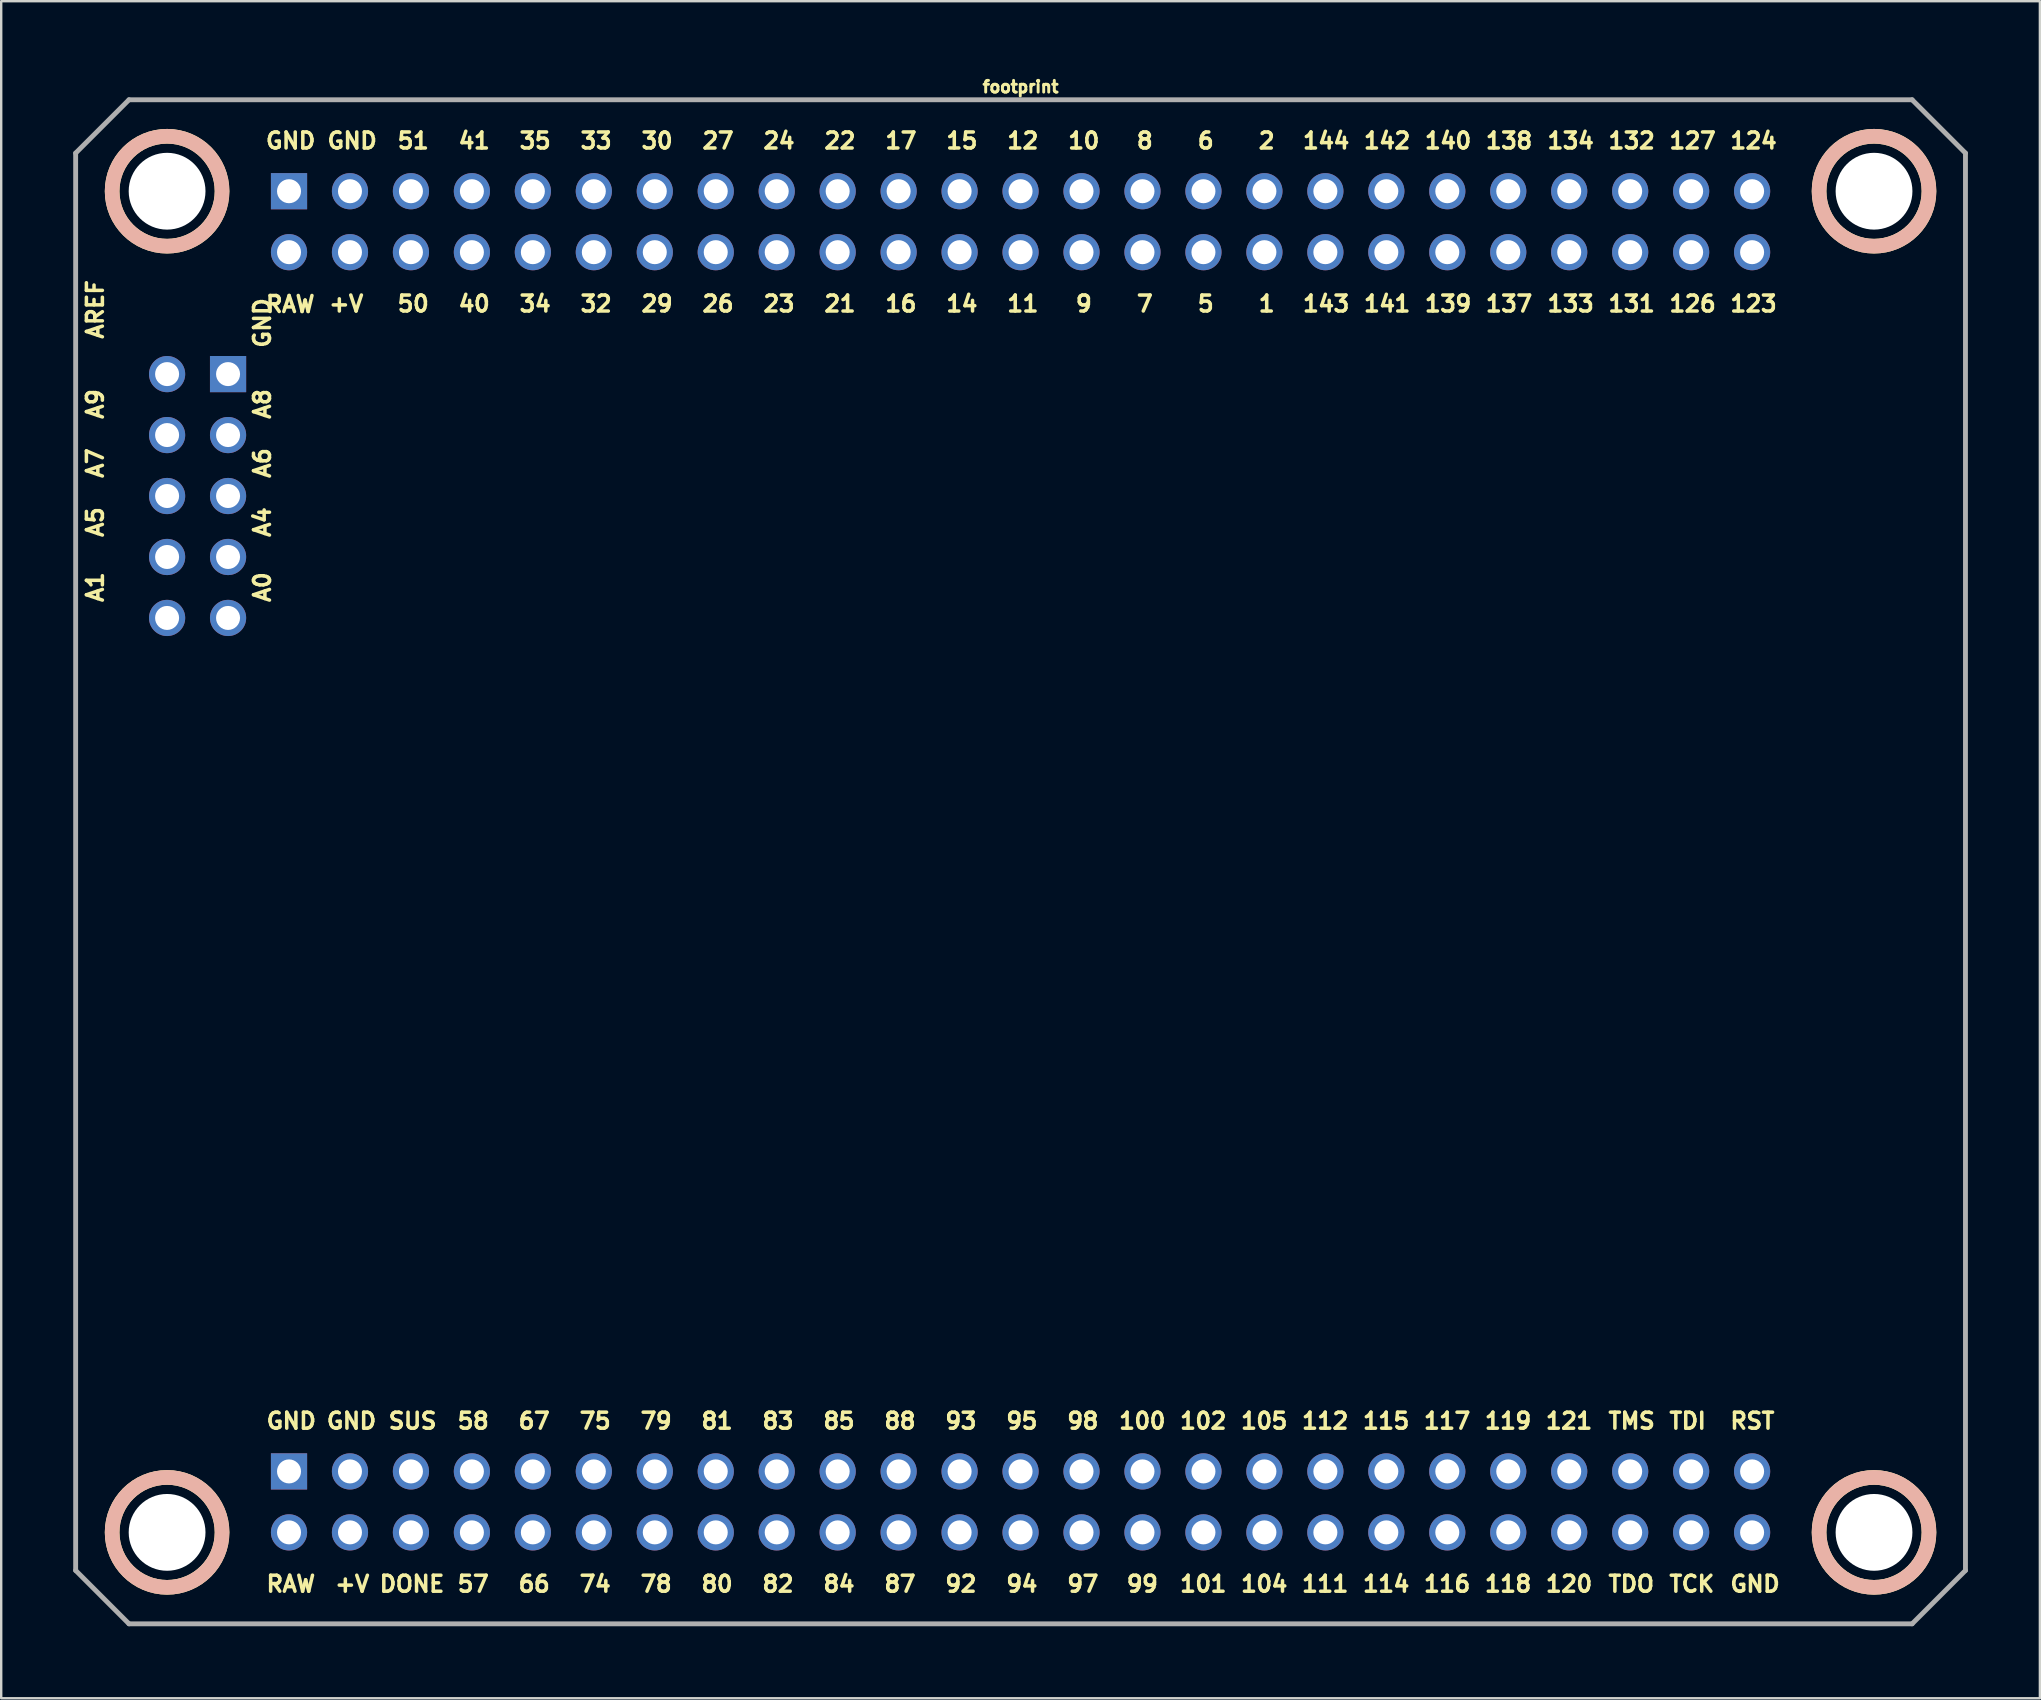
<source format=kicad_pcb>
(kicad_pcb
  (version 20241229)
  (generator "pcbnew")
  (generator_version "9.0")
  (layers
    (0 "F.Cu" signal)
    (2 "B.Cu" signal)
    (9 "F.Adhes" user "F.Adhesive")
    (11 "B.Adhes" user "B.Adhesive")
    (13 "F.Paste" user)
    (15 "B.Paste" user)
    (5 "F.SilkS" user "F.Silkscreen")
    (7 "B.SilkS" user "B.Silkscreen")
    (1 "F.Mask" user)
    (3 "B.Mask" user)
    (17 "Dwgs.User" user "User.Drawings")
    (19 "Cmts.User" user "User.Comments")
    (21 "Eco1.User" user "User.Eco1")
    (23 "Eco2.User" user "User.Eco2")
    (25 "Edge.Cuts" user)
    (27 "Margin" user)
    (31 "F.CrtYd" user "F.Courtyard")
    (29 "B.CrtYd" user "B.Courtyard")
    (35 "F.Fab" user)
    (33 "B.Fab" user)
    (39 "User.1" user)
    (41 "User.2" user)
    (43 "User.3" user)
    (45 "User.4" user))
  (footprint "footprint"
    (layer "F.Cu")
    (at 39.472 31.587)
    (property "Reference" "footprint" (at 0 -30.734 0) (layer "F.SilkS") (effects (font (size 0.488 0.488) (thickness 0.122)) (justify bottom)))
    (fp_circle (center -35.56 -26.67) (end -33.27 -26.67) (stroke (width 0.61) (type solid)) (fill no) (layer "F.SilkS"))
    (fp_circle (center -35.56 29.21) (end -33.27 29.21) (stroke (width 0.61) (type solid)) (fill no) (layer "F.SilkS"))
    (fp_circle (center 35.56 -26.67) (end 37.85 -26.67) (stroke (width 0.61) (type solid)) (fill no) (layer "F.SilkS"))
    (fp_circle (center 35.56 29.21) (end 37.85 29.21) (stroke (width 0.61) (type solid)) (fill no) (layer "F.SilkS"))
    (fp_circle (center -35.56 -26.67) (end -33.27 -26.67) (stroke (width 0.61) (type solid)) (fill no) (layer "B.SilkS"))
    (fp_circle (center -35.56 29.21) (end -33.27 29.21) (stroke (width 0.61) (type solid)) (fill no) (layer "B.SilkS"))
    (fp_circle (center 35.56 -26.67) (end 37.85 -26.67) (stroke (width 0.61) (type solid)) (fill no) (layer "B.SilkS"))
    (fp_circle (center 35.56 29.21) (end 37.85 29.21) (stroke (width 0.61) (type solid)) (fill no) (layer "B.SilkS"))
    (fp_line (start -39.37 -28.258) (end -39.37 30.797) (stroke (width 0.203) (type solid)) (layer "F.Fab"))
    (fp_line (start -39.37 30.797) (end -37.148 33.02) (stroke (width 0.203) (type solid)) (layer "F.Fab"))
    (fp_line (start -37.148 -30.48) (end -39.37 -28.258) (stroke (width 0.203) (type solid)) (layer "F.Fab"))
    (fp_line (start -37.148 33.02) (end 37.148 33.02) (stroke (width 0.203) (type solid)) (layer "F.Fab"))
    (fp_line (start 37.148 -30.48) (end -37.148 -30.48) (stroke (width 0.203) (type solid)) (layer "F.Fab"))
    (fp_line (start 37.148 33.02) (end 39.37 30.797) (stroke (width 0.203) (type solid)) (layer "F.Fab"))
    (fp_line (start 39.37 -28.258) (end 37.148 -30.48) (stroke (width 0.203) (type solid)) (layer "F.Fab"))
    (fp_line (start 39.37 30.797) (end 39.37 -28.258) (stroke (width 0.203) (type solid)) (layer "F.Fab"))
    (fp_text user "40" (at -23.495 -21.59 0) (layer "F.SilkS") (effects (font (size 0.666 0.666) (thickness 0.146)) (justify left bottom)))
    (fp_text user "A7" (at -38.167 -14.645 270) (layer "F.SilkS") (effects (font (size 0.666 0.666) (thickness 0.146)) (justify left bottom)))
    (fp_text user "+V" (at -28.642 31.75 0) (layer "F.SilkS") (effects (font (size 0.666 0.666) (thickness 0.146)) (justify left bottom)))
    (fp_text user "+V" (at -28.892 -21.59 0) (layer "F.SilkS") (effects (font (size 0.666 0.666) (thickness 0.146)) (justify left bottom)))
    (fp_text user "137" (at 19.305 -21.59 0) (layer "F.SilkS") (effects (font (size 0.666 0.666) (thickness 0.146)) (justify left bottom)))
    (fp_text user "5" (at 7.303 -21.59 0) (layer "F.SilkS") (effects (font (size 0.666 0.666) (thickness 0.146)) (justify left bottom)))
    (fp_text user "22" (at -8.255 -28.383 0) (layer "F.SilkS") (effects (font (size 0.666 0.666) (thickness 0.146)) (justify left bottom)))
    (fp_text user "33" (at -18.415 -28.383 0) (layer "F.SilkS") (effects (font (size 0.666 0.666) (thickness 0.146)) (justify left bottom)))
    (fp_text user "81" (at -13.375 24.957 0) (layer "F.SilkS") (effects (font (size 0.666 0.666) (thickness 0.146)) (justify left bottom)))
    (fp_text user "102" (at 6.565 24.957 0) (layer "F.SilkS") (effects (font (size 0.666 0.666) (thickness 0.146)) (justify left bottom)))
    (fp_text user "A1" (at -38.167 -9.475 270) (layer "F.SilkS") (effects (font (size 0.666 0.666) (thickness 0.146)) (justify left bottom)))
    (fp_text user "A6" (at -31.205 -14.645 270) (layer "F.SilkS") (effects (font (size 0.666 0.666) (thickness 0.146)) (justify left bottom)))
    (fp_text user "95" (at -0.675 24.957 0) (layer "F.SilkS") (effects (font (size 0.666 0.666) (thickness 0.146)) (justify left bottom)))
    (fp_text user "83" (at -10.835 24.957 0) (layer "F.SilkS") (effects (font (size 0.666 0.666) (thickness 0.146)) (justify left bottom)))
    (fp_text user "17" (at -5.715 -28.383 0) (layer "F.SilkS") (effects (font (size 0.666 0.666) (thickness 0.146)) (justify left bottom)))
    (fp_text user "114" (at 14.185 31.75 0) (layer "F.SilkS") (effects (font (size 0.666 0.666) (thickness 0.146)) (justify left bottom)))
    (fp_text user "29" (at -15.875 -21.59 0) (layer "F.SilkS") (effects (font (size 0.666 0.666) (thickness 0.146)) (justify left bottom)))
    (fp_text user "15" (at -3.175 -28.383 0) (layer "F.SilkS") (effects (font (size 0.666 0.666) (thickness 0.146)) (justify left bottom)))
    (fp_text user "67" (at -20.995 24.957 0) (layer "F.SilkS") (effects (font (size 0.666 0.666) (thickness 0.146)) (justify left bottom)))
    (fp_text user "116" (at 16.725 31.75 0) (layer "F.SilkS") (effects (font (size 0.666 0.666) (thickness 0.146)) (justify left bottom)))
    (fp_text user "32" (at -18.415 -21.59 0) (layer "F.SilkS") (effects (font (size 0.666 0.666) (thickness 0.146)) (justify left bottom)))
    (fp_text user "139" (at 16.765 -21.59 0) (layer "F.SilkS") (effects (font (size 0.666 0.666) (thickness 0.146)) (justify left bottom)))
    (fp_text user "85" (at -8.295 24.957 0) (layer "F.SilkS") (effects (font (size 0.666 0.666) (thickness 0.146)) (justify left bottom)))
    (fp_text user "104" (at 9.105 31.75 0) (layer "F.SilkS") (effects (font (size 0.666 0.666) (thickness 0.146)) (justify left bottom)))
    (fp_text user "GND" (at -28.988 24.957 0) (layer "F.SilkS") (effects (font (size 0.666 0.666) (thickness 0.146)) (justify left bottom)))
    (fp_text user "140" (at 16.765 -28.383 0) (layer "F.SilkS") (effects (font (size 0.666 0.666) (thickness 0.146)) (justify left bottom)))
    (fp_text user "74" (at -18.455 31.75 0) (layer "F.SilkS") (effects (font (size 0.666 0.666) (thickness 0.146)) (justify left bottom)))
    (fp_text user "134" (at 21.872 -28.383 0) (layer "F.SilkS") (effects (font (size 0.666 0.666) (thickness 0.146)) (justify left bottom)))
    (fp_text user "TMS" (at 24.413 24.957 0) (layer "F.SilkS") (effects (font (size 0.666 0.666) (thickness 0.146)) (justify left bottom)))
    (fp_text user "121" (at 21.805 24.957 0) (layer "F.SilkS") (effects (font (size 0.666 0.666) (thickness 0.146)) (justify left bottom)))
    (fp_text user "111" (at 11.645 31.75 0) (layer "F.SilkS") (effects (font (size 0.666 0.666) (thickness 0.146)) (justify left bottom)))
    (fp_text user "82" (at -10.835 31.75 0) (layer "F.SilkS") (effects (font (size 0.666 0.666) (thickness 0.146)) (justify left bottom)))
    (fp_text user "DONE" (at -26.785 31.75 0) (layer "F.SilkS") (effects (font (size 0.666 0.666) (thickness 0.146)) (justify left bottom)))
    (fp_text user "12" (at -0.635 -28.383 0) (layer "F.SilkS") (effects (font (size 0.666 0.666) (thickness 0.146)) (justify left bottom)))
    (fp_text user "93" (at -3.215 24.957 0) (layer "F.SilkS") (effects (font (size 0.666 0.666) (thickness 0.146)) (justify left bottom)))
    (fp_text user "142" (at 14.225 -28.383 0) (layer "F.SilkS") (effects (font (size 0.666 0.666) (thickness 0.146)) (justify left bottom)))
    (fp_text user "7" (at 4.763 -21.59 0) (layer "F.SilkS") (effects (font (size 0.666 0.666) (thickness 0.146)) (justify left bottom)))
    (fp_text user "50" (at -26.035 -21.59 0) (layer "F.SilkS") (effects (font (size 0.666 0.666) (thickness 0.146)) (justify left bottom)))
    (fp_text user "GND" (at -31.523 -28.383 0) (layer "F.SilkS") (effects (font (size 0.666 0.666) (thickness 0.146)) (justify left bottom)))
    (fp_text user "98" (at 1.865 24.957 0) (layer "F.SilkS") (effects (font (size 0.666 0.666) (thickness 0.146)) (justify left bottom)))
    (fp_text user "143" (at 11.685 -21.59 0) (layer "F.SilkS") (effects (font (size 0.666 0.666) (thickness 0.146)) (justify left bottom)))
    (fp_text user "GND" (at -31.205 -20.07 270) (layer "F.SilkS") (effects (font (size 0.666 0.666) (thickness 0.146)) (justify left bottom)))
    (fp_text user "1" (at 9.842 -21.59 0) (layer "F.SilkS") (effects (font (size 0.666 0.666) (thickness 0.146)) (justify left bottom)))
    (fp_text user "24" (at -10.795 -28.383 0) (layer "F.SilkS") (effects (font (size 0.666 0.666) (thickness 0.146)) (justify left bottom)))
    (fp_text user "6" (at 7.303 -28.383 0) (layer "F.SilkS") (effects (font (size 0.666 0.666) (thickness 0.146)) (justify left bottom)))
    (fp_text user "132" (at 24.413 -28.383 0) (layer "F.SilkS") (effects (font (size 0.666 0.666) (thickness 0.146)) (justify left bottom)))
    (fp_text user "124" (at 29.492 -28.383 0) (layer "F.SilkS") (effects (font (size 0.666 0.666) (thickness 0.146)) (justify left bottom)))
    (fp_text user "133" (at 21.872 -21.59 0) (layer "F.SilkS") (effects (font (size 0.666 0.666) (thickness 0.146)) (justify left bottom)))
    (fp_text user "80" (at -13.375 31.75 0) (layer "F.SilkS") (effects (font (size 0.666 0.666) (thickness 0.146)) (justify left bottom)))
    (fp_text user "112" (at 11.645 24.957 0) (layer "F.SilkS") (effects (font (size 0.666 0.666) (thickness 0.146)) (justify left bottom)))
    (fp_text user "34" (at -20.955 -21.59 0) (layer "F.SilkS") (effects (font (size 0.666 0.666) (thickness 0.146)) (justify left bottom)))
    (fp_text user "117" (at 16.725 24.957 0) (layer "F.SilkS") (effects (font (size 0.666 0.666) (thickness 0.146)) (justify left bottom)))
    (fp_text user "35" (at -20.955 -28.383 0) (layer "F.SilkS") (effects (font (size 0.666 0.666) (thickness 0.146)) (justify left bottom)))
    (fp_text user "RAW" (at -31.523 -21.57 0) (layer "F.SilkS") (effects (font (size 0.666 0.666) (thickness 0.146)) (justify left bottom)))
    (fp_text user "21" (at -8.255 -21.59 0) (layer "F.SilkS") (effects (font (size 0.666 0.666) (thickness 0.146)) (justify left bottom)))
    (fp_text user "30" (at -15.875 -28.383 0) (layer "F.SilkS") (effects (font (size 0.666 0.666) (thickness 0.146)) (justify left bottom)))
    (fp_text user "115" (at 14.185 24.957 0) (layer "F.SilkS") (effects (font (size 0.666 0.666) (thickness 0.146)) (justify left bottom)))
    (fp_text user "RST" (at 29.492 24.957 0) (layer "F.SilkS") (effects (font (size 0.666 0.666) (thickness 0.146)) (justify left bottom)))
    (fp_text user "92" (at -3.215 31.75 0) (layer "F.SilkS") (effects (font (size 0.666 0.666) (thickness 0.146)) (justify left bottom)))
    (fp_text user "2" (at 9.842 -28.383 0) (layer "F.SilkS") (effects (font (size 0.666 0.666) (thickness 0.146)) (justify left bottom)))
    (fp_text user "100" (at 4.025 24.957 0) (layer "F.SilkS") (effects (font (size 0.666 0.666) (thickness 0.146)) (justify left bottom)))
    (fp_text user "8" (at 4.763 -28.383 0) (layer "F.SilkS") (effects (font (size 0.666 0.666) (thickness 0.146)) (justify left bottom)))
    (fp_text user "TDI" (at 26.953 24.957 0) (layer "F.SilkS") (effects (font (size 0.666 0.666) (thickness 0.146)) (justify left bottom)))
    (fp_text user "14" (at -3.175 -21.59 0) (layer "F.SilkS") (effects (font (size 0.666 0.666) (thickness 0.146)) (justify left bottom)))
    (fp_text user "TDO" (at 24.413 31.75 0) (layer "F.SilkS") (effects (font (size 0.666 0.666) (thickness 0.146)) (justify left bottom)))
    (fp_text user "84" (at -8.295 31.75 0) (layer "F.SilkS") (effects (font (size 0.666 0.666) (thickness 0.146)) (justify left bottom)))
    (fp_text user "26" (at -13.335 -21.59 0) (layer "F.SilkS") (effects (font (size 0.666 0.666) (thickness 0.146)) (justify left bottom)))
    (fp_text user "27" (at -13.335 -28.383 0) (layer "F.SilkS") (effects (font (size 0.666 0.666) (thickness 0.146)) (justify left bottom)))
    (fp_text user "101" (at 6.565 31.75 0) (layer "F.SilkS") (effects (font (size 0.666 0.666) (thickness 0.146)) (justify left bottom)))
    (fp_text user "10" (at 1.905 -28.383 0) (layer "F.SilkS") (effects (font (size 0.666 0.666) (thickness 0.146)) (justify left bottom)))
    (fp_text user "94" (at -0.675 31.75 0) (layer "F.SilkS") (effects (font (size 0.666 0.666) (thickness 0.146)) (justify left bottom)))
    (fp_text user "99" (at 4.343 31.75 0) (layer "F.SilkS") (effects (font (size 0.666 0.666) (thickness 0.146)) (justify left bottom)))
    (fp_text user "57" (at -23.535 31.75 0) (layer "F.SilkS") (effects (font (size 0.666 0.666) (thickness 0.146)) (justify left bottom)))
    (fp_text user "41" (at -23.495 -28.383 0) (layer "F.SilkS") (effects (font (size 0.666 0.666) (thickness 0.146)) (justify left bottom)))
    (fp_text user "119" (at 19.265 24.957 0) (layer "F.SilkS") (effects (font (size 0.666 0.666) (thickness 0.146)) (justify left bottom)))
    (fp_text user "78" (at -15.915 31.75 0) (layer "F.SilkS") (effects (font (size 0.666 0.666) (thickness 0.146)) (justify left bottom)))
    (fp_text user "120" (at 21.805 31.75 0) (layer "F.SilkS") (effects (font (size 0.666 0.666) (thickness 0.146)) (justify left bottom)))
    (fp_text user "118" (at 19.265 31.75 0) (layer "F.SilkS") (effects (font (size 0.666 0.666) (thickness 0.146)) (justify left bottom)))
    (fp_text user "66" (at -20.995 31.75 0) (layer "F.SilkS") (effects (font (size 0.666 0.666) (thickness 0.146)) (justify left bottom)))
    (fp_text user "123" (at 29.492 -21.59 0) (layer "F.SilkS") (effects (font (size 0.666 0.666) (thickness 0.146)) (justify left bottom)))
    (fp_text user "23" (at -10.795 -21.59 0) (layer "F.SilkS") (effects (font (size 0.666 0.666) (thickness 0.146)) (justify left bottom)))
    (fp_text user "11" (at -0.635 -21.59 0) (layer "F.SilkS") (effects (font (size 0.666 0.666) (thickness 0.146)) (justify left bottom)))
    (fp_text user "A0" (at -31.205 -9.475 270) (layer "F.SilkS") (effects (font (size 0.666 0.666) (thickness 0.146)) (justify left bottom)))
    (fp_text user "138" (at 19.305 -28.383 0) (layer "F.SilkS") (effects (font (size 0.666 0.666) (thickness 0.146)) (justify left bottom)))
    (fp_text user "141" (at 14.225 -21.59 0) (layer "F.SilkS") (effects (font (size 0.666 0.666) (thickness 0.146)) (justify left bottom)))
    (fp_text user "SUS" (at -26.41 24.957 0) (layer "F.SilkS") (effects (font (size 0.666 0.666) (thickness 0.146)) (justify left bottom)))
    (fp_text user "A5" (at -38.167 -12.185 270) (layer "F.SilkS") (effects (font (size 0.666 0.666) (thickness 0.146)) (justify left bottom)))
    (fp_text user "131" (at 24.413 -21.59 0) (layer "F.SilkS") (effects (font (size 0.666 0.666) (thickness 0.146)) (justify left bottom)))
    (fp_text user "127" (at 26.953 -28.383 0) (layer "F.SilkS") (effects (font (size 0.666 0.666) (thickness 0.146)) (justify left bottom)))
    (fp_text user "144" (at 11.685 -28.383 0) (layer "F.SilkS") (effects (font (size 0.666 0.666) (thickness 0.146)) (justify left bottom)))
    (fp_text user "TCK" (at 26.953 31.75 0) (layer "F.SilkS") (effects (font (size 0.666 0.666) (thickness 0.146)) (justify left bottom)))
    (fp_text user "75" (at -18.455 24.957 0) (layer "F.SilkS") (effects (font (size 0.666 0.666) (thickness 0.146)) (justify left bottom)))
    (fp_text user "A8" (at -31.205 -17.105 270) (layer "F.SilkS") (effects (font (size 0.666 0.666) (thickness 0.146)) (justify left bottom)))
    (fp_text user "58" (at -23.535 24.957 0) (layer "F.SilkS") (effects (font (size 0.666 0.666) (thickness 0.146)) (justify left bottom)))
    (fp_text user "GND" (at 29.492 31.75 0) (layer "F.SilkS") (effects (font (size 0.666 0.666) (thickness 0.146)) (justify left bottom)))
    (fp_text user "GND" (at -31.496 24.957 0) (layer "F.SilkS") (effects (font (size 0.666 0.666) (thickness 0.146)) (justify left bottom)))
    (fp_text user "87" (at -5.755 31.75 0) (layer "F.SilkS") (effects (font (size 0.666 0.666) (thickness 0.146)) (justify left bottom)))
    (fp_text user "88" (at -5.755 24.957 0) (layer "F.SilkS") (effects (font (size 0.666 0.666) (thickness 0.146)) (justify left bottom)))
    (fp_text user "79" (at -15.915 24.957 0) (layer "F.SilkS") (effects (font (size 0.666 0.666) (thickness 0.146)) (justify left bottom)))
    (fp_text user "A9" (at -38.167 -17.105 270) (layer "F.SilkS") (effects (font (size 0.666 0.666) (thickness 0.146)) (justify left bottom)))
    (fp_text user "16" (at -5.715 -21.59 0) (layer "F.SilkS") (effects (font (size 0.666 0.666) (thickness 0.146)) (justify left bottom)))
    (fp_text user "105" (at 9.105 24.957 0) (layer "F.SilkS") (effects (font (size 0.666 0.666) (thickness 0.146)) (justify left bottom)))
    (fp_text user "A4" (at -31.205 -12.185 270) (layer "F.SilkS") (effects (font (size 0.666 0.666) (thickness 0.146)) (justify left bottom)))
    (fp_text user "RAW" (at -31.5 31.75 0) (layer "F.SilkS") (effects (font (size 0.666 0.666) (thickness 0.146)) (justify left bottom)))
    (fp_text user "97" (at 1.865 31.75 0) (layer "F.SilkS") (effects (font (size 0.666 0.666) (thickness 0.146)) (justify left bottom)))
    (fp_text user "AREF" (at -38.167 -20.445 270) (layer "F.SilkS") (effects (font (size 0.666 0.666) (thickness 0.146)) (justify left bottom)))
    (fp_text user "GND" (at -28.96 -28.383 0) (layer "F.SilkS") (effects (font (size 0.666 0.666) (thickness 0.146)) (justify left bottom)))
    (fp_text user "126" (at 26.953 -21.59 0) (layer "F.SilkS") (effects (font (size 0.666 0.666) (thickness 0.146)) (justify left bottom)))
    (fp_text user "9" (at 2.223 -21.59 0) (layer "F.SilkS") (effects (font (size 0.666 0.666) (thickness 0.146)) (justify left bottom)))
    (fp_text user "51" (at -26.035 -28.383 0) (layer "F.SilkS") (effects (font (size 0.666 0.666) (thickness 0.146)) (justify left bottom)))
    (pad "" np_thru_hole circle (at -35.56 -26.67) (size 3.2 3.2) (drill 3.2) (layers "*.Cu" "*.Mask"))
    (pad "" np_thru_hole circle (at -35.56 29.21) (size 3.2 3.2) (drill 3.2) (layers "*.Cu" "*.Mask"))
    (pad "" np_thru_hole circle (at 35.56 -26.67) (size 3.2 3.2) (drill 3.2) (layers "*.Cu" "*.Mask"))
    (pad "" np_thru_hole circle (at 35.56 29.21) (size 3.2 3.2) (drill 3.2) (layers "*.Cu" "*.Mask"))
    (pad "1" thru_hole circle (at 10.16 -24.13) (size 1.508 1.508) (drill 1) (layers "*.Cu" "*.Mask"))
    (pad "2" thru_hole circle (at 10.16 -26.67) (size 1.508 1.508) (drill 1) (layers "*.Cu" "*.Mask"))
    (pad "5" thru_hole circle (at 7.62 -24.13) (size 1.508 1.508) (drill 1) (layers "*.Cu" "*.Mask"))
    (pad "6" thru_hole circle (at 7.62 -26.67) (size 1.508 1.508) (drill 1) (layers "*.Cu" "*.Mask"))
    (pad "7" thru_hole circle (at 5.08 -24.13) (size 1.508 1.508) (drill 1) (layers "*.Cu" "*.Mask"))
    (pad "8" thru_hole circle (at 5.08 -26.67) (size 1.508 1.508) (drill 1) (layers "*.Cu" "*.Mask"))
    (pad "9" thru_hole circle (at 2.54 -24.13) (size 1.508 1.508) (drill 1) (layers "*.Cu" "*.Mask"))
    (pad "10" thru_hole circle (at 2.54 -26.67) (size 1.508 1.508) (drill 1) (layers "*.Cu" "*.Mask"))
    (pad "11" thru_hole circle (at 0 -24.13) (size 1.508 1.508) (drill 1) (layers "*.Cu" "*.Mask"))
    (pad "12" thru_hole circle (at 0 -26.67) (size 1.508 1.508) (drill 1) (layers "*.Cu" "*.Mask"))
    (pad "14" thru_hole circle (at -2.54 -24.13) (size 1.508 1.508) (drill 1) (layers "*.Cu" "*.Mask"))
    (pad "15" thru_hole circle (at -2.54 -26.67) (size 1.508 1.508) (drill 1) (layers "*.Cu" "*.Mask"))
    (pad "16" thru_hole circle (at -5.08 -24.13) (size 1.508 1.508) (drill 1) (layers "*.Cu" "*.Mask"))
    (pad "17" thru_hole circle (at -5.08 -26.67) (size 1.508 1.508) (drill 1) (layers "*.Cu" "*.Mask"))
    (pad "21" thru_hole circle (at -7.62 -24.13) (size 1.508 1.508) (drill 1) (layers "*.Cu" "*.Mask"))
    (pad "22" thru_hole circle (at -7.62 -26.67) (size 1.508 1.508) (drill 1) (layers "*.Cu" "*.Mask"))
    (pad "23" thru_hole circle (at -10.16 -24.13) (size 1.508 1.508) (drill 1) (layers "*.Cu" "*.Mask"))
    (pad "24" thru_hole circle (at -10.16 -26.67) (size 1.508 1.508) (drill 1) (layers "*.Cu" "*.Mask"))
    (pad "26" thru_hole circle (at -12.7 -24.13) (size 1.508 1.508) (drill 1) (layers "*.Cu" "*.Mask"))
    (pad "27" thru_hole circle (at -12.7 -26.67) (size 1.508 1.508) (drill 1) (layers "*.Cu" "*.Mask"))
    (pad "29" thru_hole circle (at -15.24 -24.13) (size 1.508 1.508) (drill 1) (layers "*.Cu" "*.Mask"))
    (pad "30" thru_hole circle (at -15.24 -26.67) (size 1.508 1.508) (drill 1) (layers "*.Cu" "*.Mask"))
    (pad "32" thru_hole circle (at -17.78 -24.13) (size 1.508 1.508) (drill 1) (layers "*.Cu" "*.Mask"))
    (pad "33" thru_hole circle (at -17.78 -26.67) (size 1.508 1.508) (drill 1) (layers "*.Cu" "*.Mask"))
    (pad "34" thru_hole circle (at -20.32 -24.13) (size 1.508 1.508) (drill 1) (layers "*.Cu" "*.Mask"))
    (pad "35" thru_hole circle (at -20.32 -26.67) (size 1.508 1.508) (drill 1) (layers "*.Cu" "*.Mask"))
    (pad "40" thru_hole circle (at -22.86 -24.13) (size 1.508 1.508) (drill 1) (layers "*.Cu" "*.Mask"))
    (pad "41" thru_hole circle (at -22.86 -26.67) (size 1.508 1.508) (drill 1) (layers "*.Cu" "*.Mask"))
    (pad "50" thru_hole circle (at -25.4 -24.13) (size 1.508 1.508) (drill 1) (layers "*.Cu" "*.Mask"))
    (pad "51" thru_hole circle (at -25.4 -26.67) (size 1.508 1.508) (drill 1) (layers "*.Cu" "*.Mask"))
    (pad "57" thru_hole circle (at -22.86 29.21) (size 1.508 1.508) (drill 1) (layers "*.Cu" "*.Mask"))
    (pad "58" thru_hole circle (at -22.86 26.67) (size 1.508 1.508) (drill 1) (layers "*.Cu" "*.Mask"))
    (pad "66" thru_hole circle (at -20.32 29.21) (size 1.508 1.508) (drill 1) (layers "*.Cu" "*.Mask"))
    (pad "67" thru_hole circle (at -20.32 26.67) (size 1.508 1.508) (drill 1) (layers "*.Cu" "*.Mask"))
    (pad "74" thru_hole circle (at -17.78 29.21) (size 1.508 1.508) (drill 1) (layers "*.Cu" "*.Mask"))
    (pad "75" thru_hole circle (at -17.78 26.67) (size 1.508 1.508) (drill 1) (layers "*.Cu" "*.Mask"))
    (pad "78" thru_hole circle (at -15.24 29.21) (size 1.508 1.508) (drill 1) (layers "*.Cu" "*.Mask"))
    (pad "79" thru_hole circle (at -15.24 26.67) (size 1.508 1.508) (drill 1) (layers "*.Cu" "*.Mask"))
    (pad "80" thru_hole circle (at -12.7 29.21) (size 1.508 1.508) (drill 1) (layers "*.Cu" "*.Mask"))
    (pad "81" thru_hole circle (at -12.7 26.67) (size 1.508 1.508) (drill 1) (layers "*.Cu" "*.Mask"))
    (pad "82" thru_hole circle (at -10.16 29.21) (size 1.508 1.508) (drill 1) (layers "*.Cu" "*.Mask"))
    (pad "83" thru_hole circle (at -10.16 26.67) (size 1.508 1.508) (drill 1) (layers "*.Cu" "*.Mask"))
    (pad "84" thru_hole circle (at -7.62 29.21) (size 1.508 1.508) (drill 1) (layers "*.Cu" "*.Mask"))
    (pad "85" thru_hole circle (at -7.62 26.67) (size 1.508 1.508) (drill 1) (layers "*.Cu" "*.Mask"))
    (pad "87" thru_hole circle (at -5.08 29.21) (size 1.508 1.508) (drill 1) (layers "*.Cu" "*.Mask"))
    (pad "88" thru_hole circle (at -5.08 26.67) (size 1.508 1.508) (drill 1) (layers "*.Cu" "*.Mask"))
    (pad "92" thru_hole circle (at -2.54 29.21) (size 1.508 1.508) (drill 1) (layers "*.Cu" "*.Mask"))
    (pad "93" thru_hole circle (at -2.54 26.67) (size 1.508 1.508) (drill 1) (layers "*.Cu" "*.Mask"))
    (pad "94" thru_hole circle (at 0 29.21) (size 1.508 1.508) (drill 1) (layers "*.Cu" "*.Mask"))
    (pad "95" thru_hole circle (at 0 26.67) (size 1.508 1.508) (drill 1) (layers "*.Cu" "*.Mask"))
    (pad "97" thru_hole circle (at 2.54 29.21) (size 1.508 1.508) (drill 1) (layers "*.Cu" "*.Mask"))
    (pad "98" thru_hole circle (at 2.54 26.67) (size 1.508 1.508) (drill 1) (layers "*.Cu" "*.Mask"))
    (pad "99" thru_hole circle (at 5.08 29.21) (size 1.508 1.508) (drill 1) (layers "*.Cu" "*.Mask"))
    (pad "100" thru_hole circle (at 5.08 26.67) (size 1.508 1.508) (drill 1) (layers "*.Cu" "*.Mask"))
    (pad "101" thru_hole circle (at 7.62 29.21) (size 1.508 1.508) (drill 1) (layers "*.Cu" "*.Mask"))
    (pad "102" thru_hole circle (at 7.62 26.67) (size 1.508 1.508) (drill 1) (layers "*.Cu" "*.Mask"))
    (pad "104" thru_hole circle (at 10.16 29.21) (size 1.508 1.508) (drill 1) (layers "*.Cu" "*.Mask"))
    (pad "105" thru_hole circle (at 10.16 26.67) (size 1.508 1.508) (drill 1) (layers "*.Cu" "*.Mask"))
    (pad "111" thru_hole circle (at 12.7 29.21) (size 1.508 1.508) (drill 1) (layers "*.Cu" "*.Mask"))
    (pad "112" thru_hole circle (at 12.7 26.67) (size 1.508 1.508) (drill 1) (layers "*.Cu" "*.Mask"))
    (pad "114" thru_hole circle (at 15.24 29.21) (size 1.508 1.508) (drill 1) (layers "*.Cu" "*.Mask"))
    (pad "115" thru_hole circle (at 15.24 26.67) (size 1.508 1.508) (drill 1) (layers "*.Cu" "*.Mask"))
    (pad "116" thru_hole circle (at 17.78 29.21) (size 1.508 1.508) (drill 1) (layers "*.Cu" "*.Mask"))
    (pad "117" thru_hole circle (at 17.78 26.67) (size 1.508 1.508) (drill 1) (layers "*.Cu" "*.Mask"))
    (pad "118" thru_hole circle (at 20.32 29.21) (size 1.508 1.508) (drill 1) (layers "*.Cu" "*.Mask"))
    (pad "119" thru_hole circle (at 20.32 26.67) (size 1.508 1.508) (drill 1) (layers "*.Cu" "*.Mask"))
    (pad "120" thru_hole circle (at 22.86 29.21) (size 1.508 1.508) (drill 1) (layers "*.Cu" "*.Mask"))
    (pad "121" thru_hole circle (at 22.86 26.67) (size 1.508 1.508) (drill 1) (layers "*.Cu" "*.Mask"))
    (pad "123" thru_hole circle (at 30.48 -24.13) (size 1.508 1.508) (drill 1) (layers "*.Cu" "*.Mask"))
    (pad "124" thru_hole circle (at 30.48 -26.67) (size 1.508 1.508) (drill 1) (layers "*.Cu" "*.Mask"))
    (pad "126" thru_hole circle (at 27.94 -24.13) (size 1.508 1.508) (drill 1) (layers "*.Cu" "*.Mask"))
    (pad "127" thru_hole circle (at 27.94 -26.67) (size 1.508 1.508) (drill 1) (layers "*.Cu" "*.Mask"))
    (pad "131" thru_hole circle (at 25.4 -24.13) (size 1.508 1.508) (drill 1) (layers "*.Cu" "*.Mask"))
    (pad "132" thru_hole circle (at 25.4 -26.67) (size 1.508 1.508) (drill 1) (layers "*.Cu" "*.Mask"))
    (pad "133" thru_hole circle (at 22.86 -24.13) (size 1.508 1.508) (drill 1) (layers "*.Cu" "*.Mask"))
    (pad "134" thru_hole circle (at 22.86 -26.67) (size 1.508 1.508) (drill 1) (layers "*.Cu" "*.Mask"))
    (pad "137" thru_hole circle (at 20.32 -24.13) (size 1.508 1.508) (drill 1) (layers "*.Cu" "*.Mask"))
    (pad "138" thru_hole circle (at 20.32 -26.67) (size 1.508 1.508) (drill 1) (layers "*.Cu" "*.Mask"))
    (pad "139" thru_hole circle (at 17.78 -24.13) (size 1.508 1.508) (drill 1) (layers "*.Cu" "*.Mask"))
    (pad "140" thru_hole circle (at 17.78 -26.67) (size 1.508 1.508) (drill 1) (layers "*.Cu" "*.Mask"))
    (pad "141" thru_hole circle (at 15.24 -24.13) (size 1.508 1.508) (drill 1) (layers "*.Cu" "*.Mask"))
    (pad "142" thru_hole circle (at 15.24 -26.67) (size 1.508 1.508) (drill 1) (layers "*.Cu" "*.Mask"))
    (pad "143" thru_hole circle (at 12.7 -24.13) (size 1.508 1.508) (drill 1) (layers "*.Cu" "*.Mask"))
    (pad "144" thru_hole circle (at 12.7 -26.67) (size 1.508 1.508) (drill 1) (layers "*.Cu" "*.Mask"))
    (pad "A0" thru_hole circle (at -33.02 -8.89) (size 1.508 1.508) (drill 1) (layers "*.Cu" "*.Mask"))
    (pad "A1" thru_hole circle (at -35.56 -8.89) (size 1.508 1.508) (drill 1) (layers "*.Cu" "*.Mask"))
    (pad "A4" thru_hole circle (at -33.02 -11.43) (size 1.508 1.508) (drill 1) (layers "*.Cu" "*.Mask"))
    (pad "A5" thru_hole circle (at -35.56 -11.43) (size 1.508 1.508) (drill 1) (layers "*.Cu" "*.Mask"))
    (pad "A6" thru_hole circle (at -33.02 -13.97) (size 1.508 1.508) (drill 1) (layers "*.Cu" "*.Mask"))
    (pad "A7" thru_hole circle (at -35.56 -13.97) (size 1.508 1.508) (drill 1) (layers "*.Cu" "*.Mask"))
    (pad "A8" thru_hole circle (at -33.02 -16.51) (size 1.508 1.508) (drill 1) (layers "*.Cu" "*.Mask"))
    (pad "A9" thru_hole circle (at -35.56 -16.51) (size 1.508 1.508) (drill 1) (layers "*.Cu" "*.Mask"))
    (pad "AREF" thru_hole circle (at -35.56 -19.05) (size 1.508 1.508) (drill 1) (layers "*.Cu" "*.Mask"))
    (pad "DONE" thru_hole circle (at -25.4 29.21) (size 1.508 1.508) (drill 1) (layers "*.Cu" "*.Mask"))
    (pad "GND@1" thru_hole rect (at -30.48 -26.67) (size 1.508 1.508) (drill 1) (layers "*.Cu" "*.Mask"))
    (pad "GND@2" thru_hole circle (at -27.94 -26.67) (size 1.508 1.508) (drill 1) (layers "*.Cu" "*.Mask"))
    (pad "GND@3" thru_hole rect (at -30.48 26.67) (size 1.508 1.508) (drill 1) (layers "*.Cu" "*.Mask"))
    (pad "GND@4" thru_hole circle (at -27.94 26.67) (size 1.508 1.508) (drill 1) (layers "*.Cu" "*.Mask"))
    (pad "GND@5" thru_hole rect (at -33.02 -19.05) (size 1.508 1.508) (drill 1) (layers "*.Cu" "*.Mask"))
    (pad "GND@6" thru_hole circle (at 30.48 29.21) (size 1.508 1.508) (drill 1) (layers "*.Cu" "*.Mask"))
    (pad "RAW@1" thru_hole circle (at -30.48 -24.13) (size 1.508 1.508) (drill 1) (layers "*.Cu" "*.Mask"))
    (pad "RAW@2" thru_hole circle (at -30.48 29.21) (size 1.508 1.508) (drill 1) (layers "*.Cu" "*.Mask"))
    (pad "RST" thru_hole circle (at 30.48 26.67) (size 1.508 1.508) (drill 1) (layers "*.Cu" "*.Mask"))
    (pad "SUS" thru_hole circle (at -25.4 26.67) (size 1.508 1.508) (drill 1) (layers "*.Cu" "*.Mask"))
    (pad "TCK" thru_hole circle (at 27.94 29.21) (size 1.508 1.508) (drill 1) (layers "*.Cu" "*.Mask"))
    (pad "TDI" thru_hole circle (at 27.94 26.67) (size 1.508 1.508) (drill 1) (layers "*.Cu" "*.Mask"))
    (pad "TDO" thru_hole circle (at 25.4 29.21) (size 1.508 1.508) (drill 1) (layers "*.Cu" "*.Mask"))
    (pad "TMS" thru_hole circle (at 25.4 26.67) (size 1.508 1.508) (drill 1) (layers "*.Cu" "*.Mask"))
    (pad "V@1" thru_hole circle (at -27.94 -24.13) (size 1.508 1.508) (drill 1) (layers "*.Cu" "*.Mask"))
    (pad "V@2" thru_hole circle (at -27.94 29.21) (size 1.508 1.508) (drill 1) (layers "*.Cu" "*.Mask")))
  (gr_rect
    (start -3 -3)
    (end 81.943 67.709)
    (stroke (width 0.1) (type default))
    (fill no)
    (layer "Edge.Cuts")))
</source>
